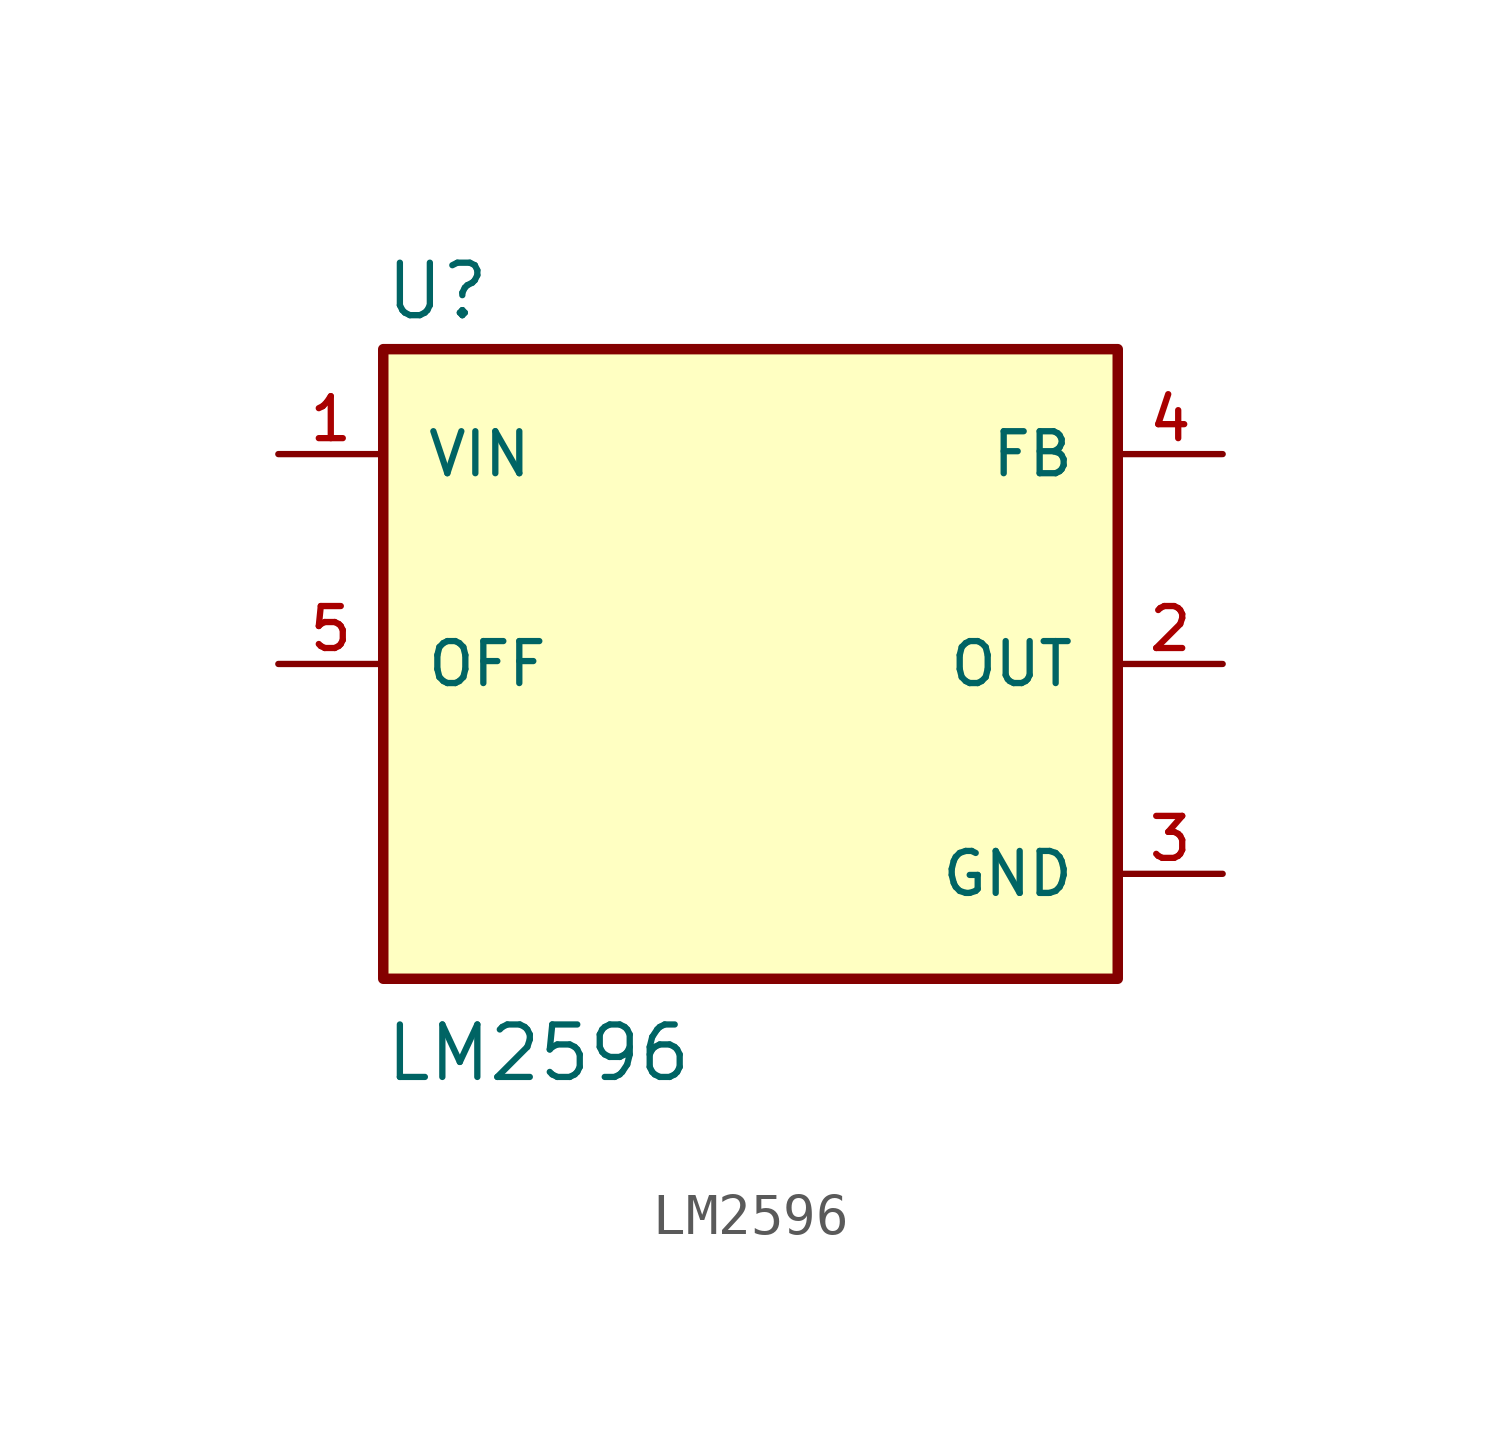
<source format=kicad_sym>
(kicad_symbol_lib
  (version 20211014)
  (generator kicad_symbol_editor)
  (symbol "LM2596"
    (pin_names
      (offset 1.016))
    (property "Reference" "U"
      (at -7.62 8.28 0)
      (effects (font (size 1.27 1.27)) (justify bottom left)))
    (property "Value" "LM2596"
      (at -7.62 -10.16 0)
      (effects (font (size 1.27 1.27)) (justify bottom left)))
    (symbol "LM2596_0_0"
      (rectangle (start -7.62 -7.62) (end 10.16 7.62) (stroke (width 0.254)) (fill (type background)))
      (pin power_in line (at -10.16 5.08 0) (length 2.54) (name "VIN" (effects (font (size 1.016 1.016)))) (number "1" (effects (font (size 1.016 1.016)))))
      (pin input line (at -10.16 0.0 0) (length 2.54) (name "OFF" (effects (font (size 1.016 1.016)))) (number "5" (effects (font (size 1.016 1.016)))))
      (pin input line (at 12.7 5.08 180.0) (length 2.54) (name "FB" (effects (font (size 1.016 1.016)))) (number "4" (effects (font (size 1.016 1.016)))))
      (pin output line (at 12.7 0.0 180.0) (length 2.54) (name "OUT" (effects (font (size 1.016 1.016)))) (number "2" (effects (font (size 1.016 1.016)))))
      (pin power_in line (at 12.7 -5.08 180.0) (length 2.54) (name "GND" (effects (font (size 1.016 1.016)))) (number "3" (effects (font (size 1.016 1.016))))))))
</source>
